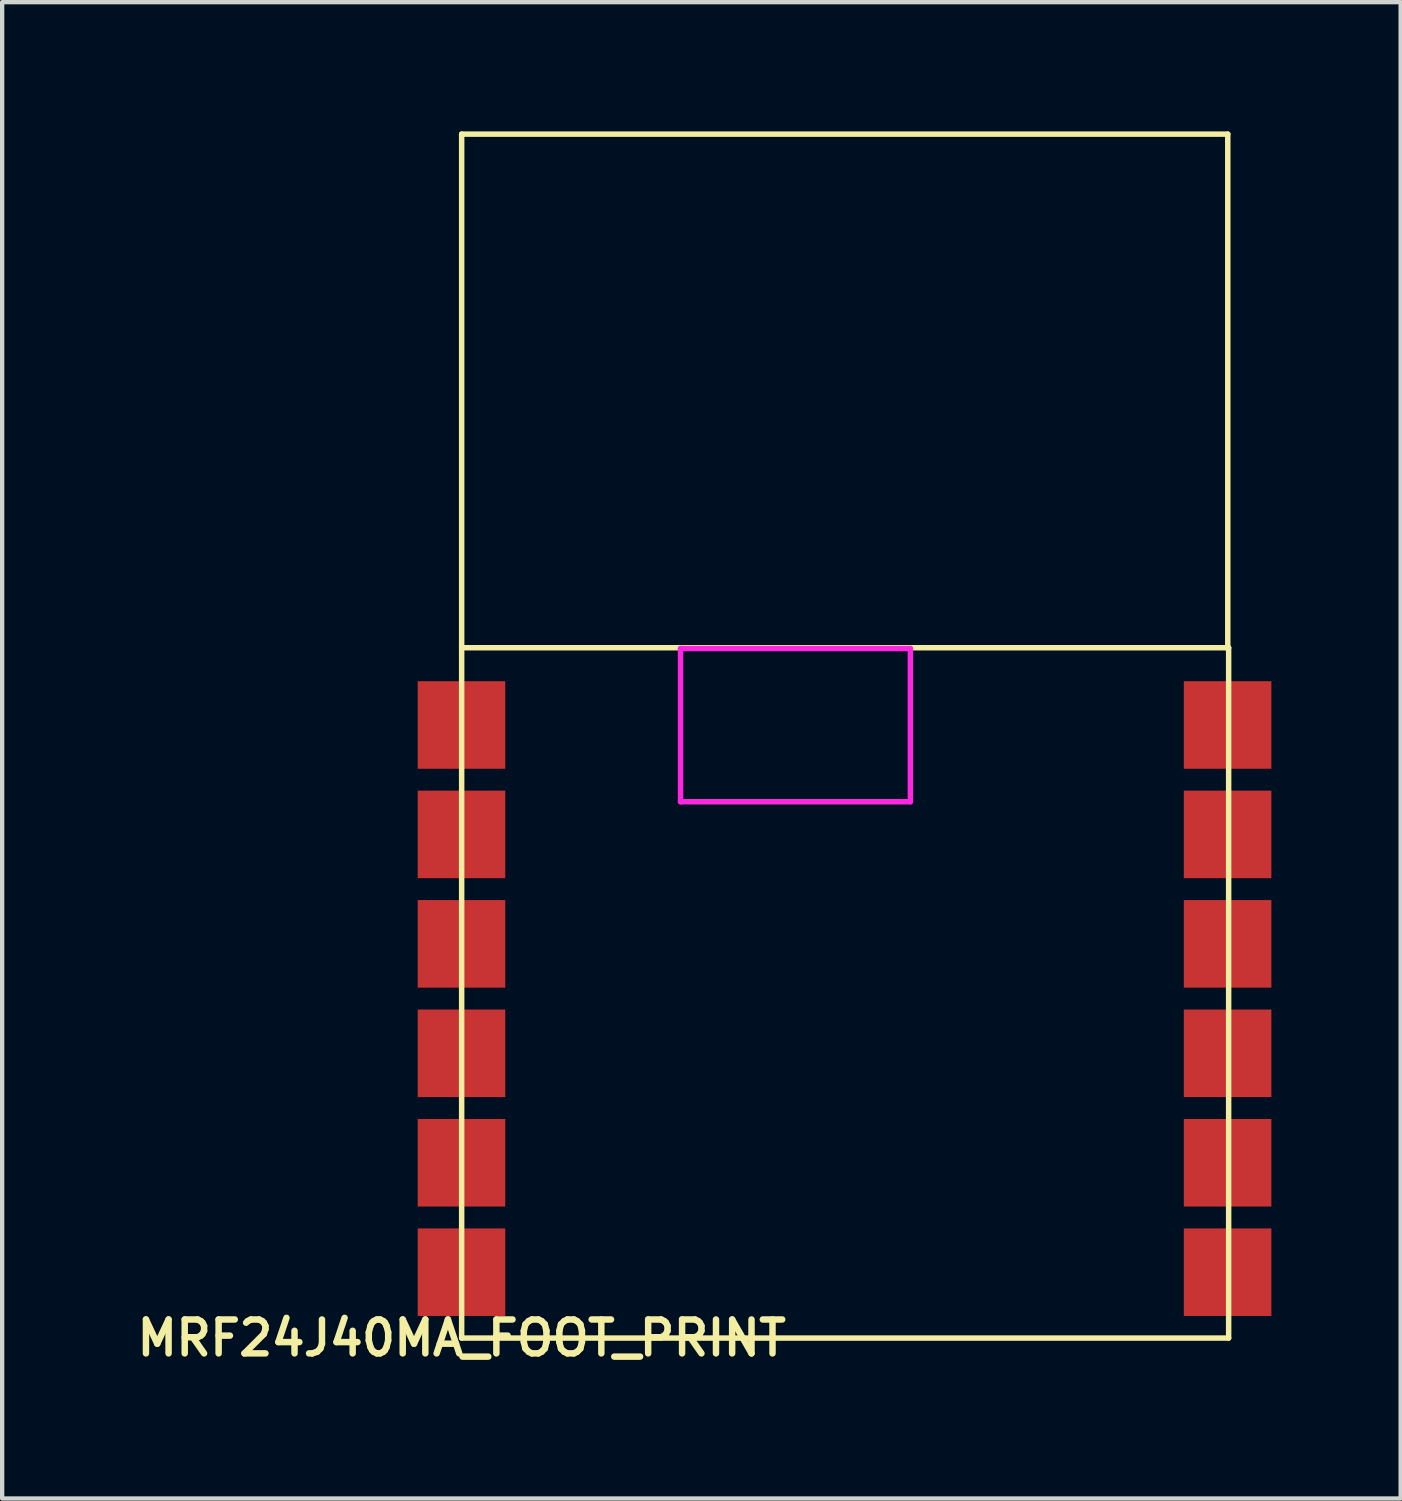
<source format=kicad_pcb>
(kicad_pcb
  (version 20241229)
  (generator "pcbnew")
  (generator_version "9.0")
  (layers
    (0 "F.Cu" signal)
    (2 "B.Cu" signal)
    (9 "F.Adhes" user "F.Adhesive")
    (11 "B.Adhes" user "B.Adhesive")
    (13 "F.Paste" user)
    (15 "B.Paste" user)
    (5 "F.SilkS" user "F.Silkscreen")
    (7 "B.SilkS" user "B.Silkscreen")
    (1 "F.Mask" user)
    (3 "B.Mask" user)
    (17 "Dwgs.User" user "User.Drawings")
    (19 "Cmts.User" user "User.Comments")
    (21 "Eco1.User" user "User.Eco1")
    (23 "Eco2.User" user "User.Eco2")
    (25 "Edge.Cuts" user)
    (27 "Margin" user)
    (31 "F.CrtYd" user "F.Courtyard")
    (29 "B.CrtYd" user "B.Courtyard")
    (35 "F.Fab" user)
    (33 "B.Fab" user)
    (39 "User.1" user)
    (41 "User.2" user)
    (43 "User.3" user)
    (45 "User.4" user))
  (footprint "MRF24J40MA_FOOT_PRINT"
    (layer "F.Cu")
    (at 7.664 28.003)
    (property "Reference" "MRF24J40MA_FOOT_PRINT" (at 0 0 0) (layer "F.SilkS") (effects (font (size 0.787 0.787) (thickness 0.15))))
    (attr smd)
    (fp_line (start 0 -27.94) (end 17.78 -27.94) (stroke (width 0.127) (type solid)) (layer "F.SilkS"))
    (fp_line (start 0 -16.02) (end 0 -27.94) (stroke (width 0.127) (type solid)) (layer "F.SilkS"))
    (fp_line (start 0 -16.02) (end 0 0) (stroke (width 0.127) (type solid)) (layer "F.SilkS"))
    (fp_line (start 0 0) (end 17.8 0) (stroke (width 0.127) (type solid)) (layer "F.SilkS"))
    (fp_line (start 17.78 -27.94) (end 17.78 -16.002) (stroke (width 0.127) (type solid)) (layer "F.SilkS"))
    (fp_line (start 17.8 -16.02) (end 0 -16.02) (stroke (width 0.127) (type solid)) (layer "F.SilkS"))
    (fp_line (start 17.8 0) (end 17.8 -16.02) (stroke (width 0.127) (type solid)) (layer "F.SilkS"))
    (fp_line (start 5.08 -16.002) (end 10.414 -16.002) (stroke (width 0.127) (type solid)) (layer "F.CrtYd"))
    (fp_line (start 5.08 -12.446) (end 5.08 -16.002) (stroke (width 0.127) (type solid)) (layer "F.CrtYd"))
    (fp_line (start 10.414 -16.002) (end 10.414 -12.446) (stroke (width 0.127) (type solid)) (layer "F.CrtYd"))
    (fp_line (start 10.414 -12.446) (end 5.08 -12.446) (stroke (width 0.127) (type solid)) (layer "F.CrtYd"))
    (pad "1" smd rect (at -0.004 -14.228) (size 2.032 2.032) (layers "F.Cu" "F.Mask" "F.Paste"))
    (pad "2" smd rect (at -0.004 -11.688) (size 2.032 2.032) (layers "F.Cu" "F.Mask" "F.Paste"))
    (pad "3" smd rect (at -0.004 -9.148) (size 2.032 2.032) (layers "F.Cu" "F.Mask" "F.Paste"))
    (pad "4" smd rect (at -0.004 -6.608) (size 2.032 2.032) (layers "F.Cu" "F.Mask" "F.Paste"))
    (pad "5" smd rect (at -0.004 -4.068) (size 2.032 2.032) (layers "F.Cu" "F.Mask" "F.Paste"))
    (pad "6" smd rect (at -0.004 -1.528) (size 2.032 2.032) (layers "F.Cu" "F.Mask" "F.Paste"))
    (pad "7" smd rect (at 17.776 -1.528) (size 2.032 2.032) (layers "F.Cu" "F.Mask" "F.Paste"))
    (pad "8" smd rect (at 17.776 -4.068) (size 2.032 2.032) (layers "F.Cu" "F.Mask" "F.Paste"))
    (pad "9" smd rect (at 17.776 -6.608) (size 2.032 2.032) (layers "F.Cu" "F.Mask" "F.Paste"))
    (pad "10" smd rect (at 17.776 -9.148) (size 2.032 2.032) (layers "F.Cu" "F.Mask" "F.Paste"))
    (pad "11" smd rect (at 17.776 -11.688) (size 2.032 2.032) (layers "F.Cu" "F.Mask" "F.Paste"))
    (pad "12" smd rect (at 17.776 -14.228) (size 2.032 2.032) (layers "F.Cu" "F.Mask" "F.Paste")))
  (gr_rect
    (start -3 -3)
    (end 29.456 31.727)
    (stroke (width 0.1) (type default))
    (fill no)
    (layer "Edge.Cuts")))
</source>
